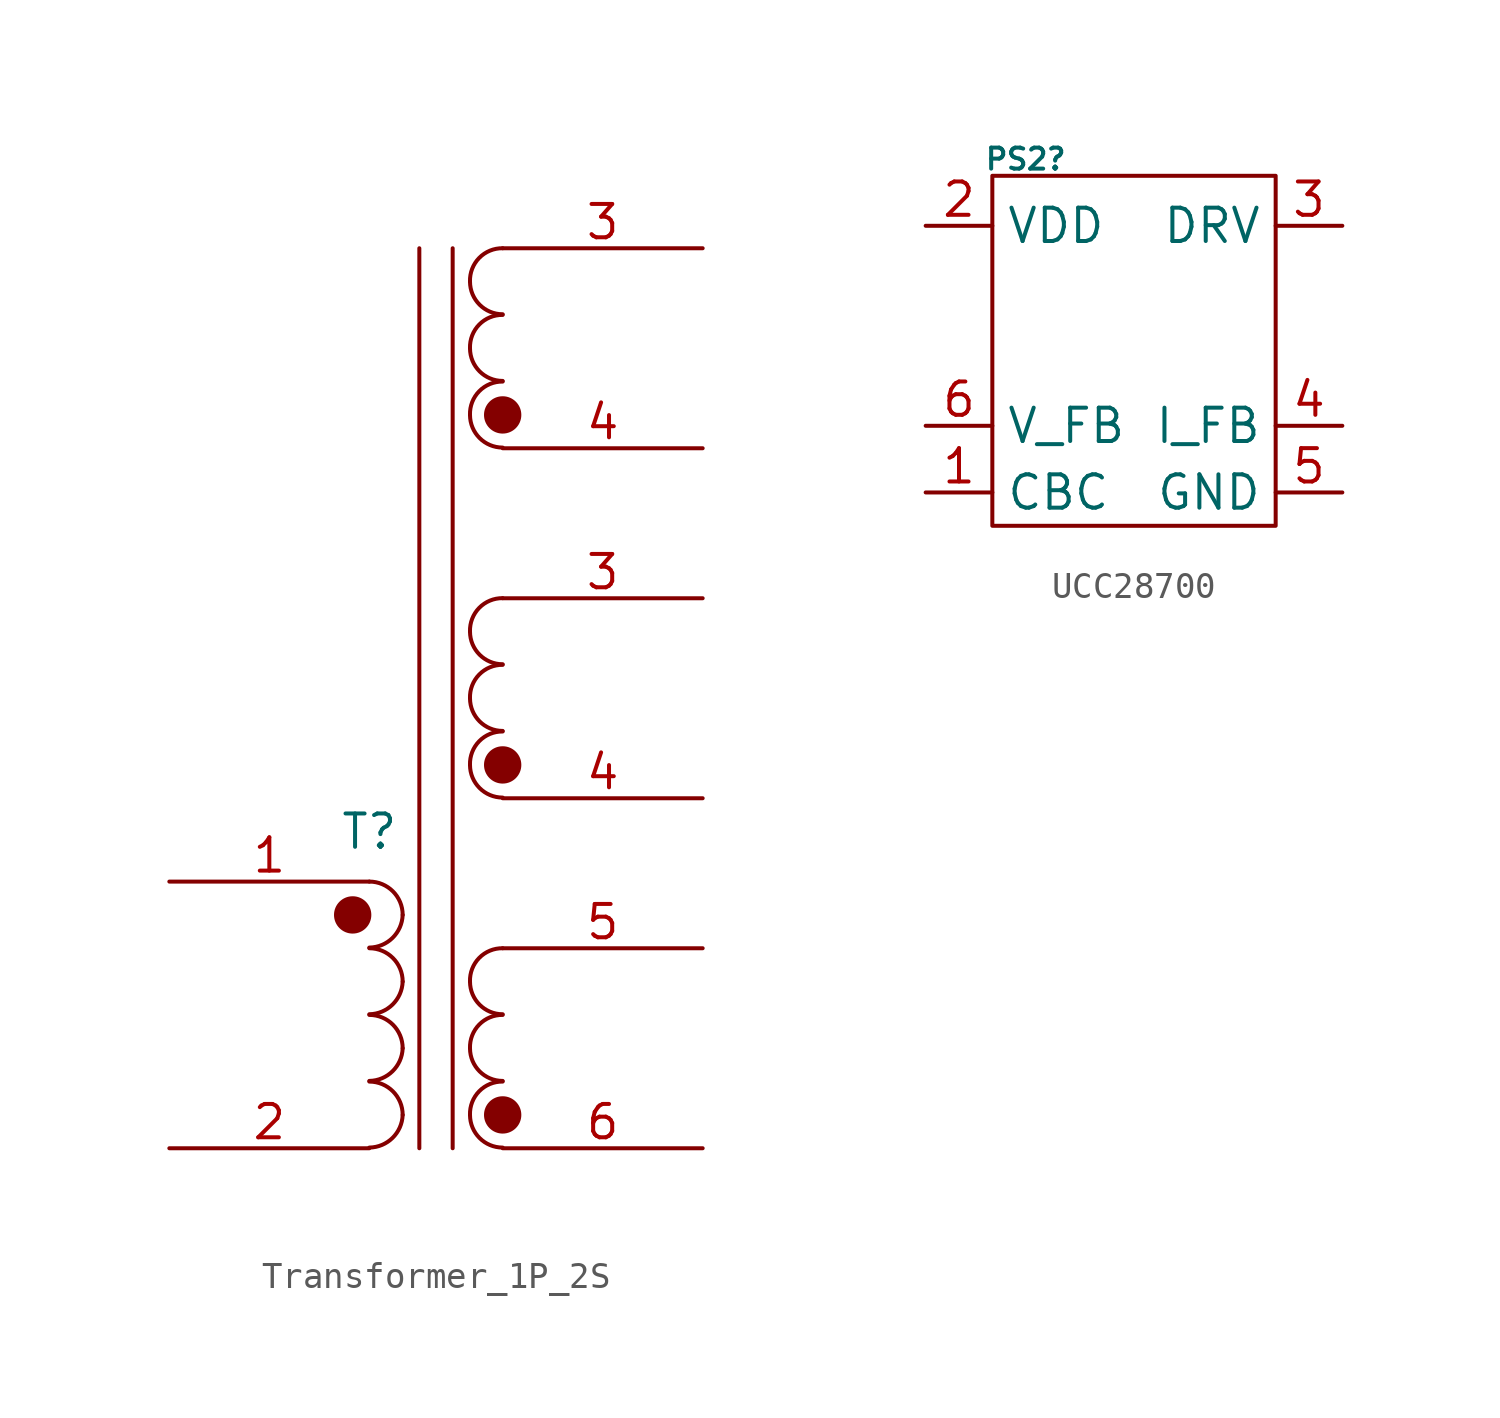
<source format=kicad_sym>
(kicad_symbol_lib
  (version 20231120)
  (generator "kicad_symbol_editor")
  (generator_version "8.0")
  (symbol "Transformer_1P_2S"
    (pin_names
      (offset 1.016) hide)
    (property "Reference" "T"
      (at -1.905 12.065 0)
      (effects (font (size 1.27 1.27))))
    (symbol "Transformer_1P_2S_0_1"
      (arc (start -1.905 0.0254) (mid -1.0211 0.3937) (end -0.635 1.27) (stroke (width 0) (type default)) (fill (type none)))
      (arc (start -1.905 2.5654) (mid -1.0211 2.9337) (end -0.635 3.81) (stroke (width 0) (type default)) (fill (type none)))
      (arc (start -1.905 5.1054) (mid -1.0211 5.4737) (end -0.635 6.35) (stroke (width 0) (type default)) (fill (type none)))
      (arc (start -1.905 7.6454) (mid -1.0211 8.0137) (end -0.635 8.89) (stroke (width 0) (type default)) (fill (type none)))
      (arc (start -0.635 1.27) (mid -1.007 2.168) (end -1.905 2.54) (stroke (width 0) (type default)) (fill (type none)))
      (arc (start -0.635 3.81) (mid -1.007 4.708) (end -1.905 5.08) (stroke (width 0) (type default)) (fill (type none)))
      (arc (start -0.635 6.35) (mid -1.007 7.248) (end -1.905 7.62) (stroke (width 0) (type default)) (fill (type none)))
      (arc (start -0.635 8.89) (mid -1.007 9.788) (end -1.905 10.16) (stroke (width 0) (type default)) (fill (type none)))
      (polyline (pts (xy 0 0) (xy 0 34.29)) (stroke (width 0) (type default)) (fill (type none)))
      (polyline (pts (xy 1.27 34.29) (xy 1.27 0)) (stroke (width 0) (type default)) (fill (type none)))
      (arc (start 1.9304 1.27) (mid 2.2949 0.3899) (end 3.175 0.0254) (stroke (width 0) (type default)) (fill (type none)))
      (arc (start 1.9304 3.81) (mid 2.2949 2.9299) (end 3.175 2.5654) (stroke (width 0) (type default)) (fill (type none)))
      (arc (start 1.9304 6.35) (mid 2.2949 5.4699) (end 3.175 5.1054) (stroke (width 0) (type default)) (fill (type none)))
      (arc (start 1.9304 14.605) (mid 2.2949 13.7249) (end 3.175 13.3604) (stroke (width 0) (type default)) (fill (type none)))
      (arc (start 1.9304 17.145) (mid 2.2949 16.2649) (end 3.175 15.9004) (stroke (width 0) (type default)) (fill (type none)))
      (arc (start 1.9304 19.685) (mid 2.2949 18.8049) (end 3.175 18.4404) (stroke (width 0) (type default)) (fill (type none)))
      (arc (start 1.9304 27.94) (mid 2.2949 27.0599) (end 3.175 26.6954) (stroke (width 0) (type default)) (fill (type none)))
      (arc (start 1.9304 30.48) (mid 2.2949 29.5999) (end 3.175 29.2354) (stroke (width 0) (type default)) (fill (type none)))
      (arc (start 1.9304 33.02) (mid 2.2949 32.1399) (end 3.175 31.7754) (stroke (width 0) (type default)) (fill (type none)))
      (arc (start 3.175 2.54) (mid 2.2808 2.1715) (end 1.9304 1.27) (stroke (width 0) (type default)) (fill (type none)))
      (arc (start 3.175 5.08) (mid 2.2808 4.7115) (end 1.9304 3.81) (stroke (width 0) (type default)) (fill (type none)))
      (arc (start 3.175 7.62) (mid 2.2808 7.2515) (end 1.9304 6.35) (stroke (width 0) (type default)) (fill (type none)))
      (arc (start 3.175 15.875) (mid 2.2808 15.5065) (end 1.9304 14.605) (stroke (width 0) (type default)) (fill (type none)))
      (arc (start 3.175 18.415) (mid 2.2808 18.0465) (end 1.9304 17.145) (stroke (width 0) (type default)) (fill (type none)))
      (arc (start 3.175 20.955) (mid 2.2808 20.5865) (end 1.9304 19.685) (stroke (width 0) (type default)) (fill (type none)))
      (arc (start 3.175 29.21) (mid 2.2808 28.8415) (end 1.9304 27.94) (stroke (width 0) (type default)) (fill (type none)))
      (arc (start 3.175 31.75) (mid 2.2808 31.3815) (end 1.9304 30.48) (stroke (width 0) (type default)) (fill (type none)))
      (arc (start 3.175 34.29) (mid 2.2808 33.9215) (end 1.9304 33.02) (stroke (width 0) (type default)) (fill (type none))))
    (symbol "Transformer_1P_2S_1_1"
      (circle (center -2.54 8.89) (radius 0.635) (stroke (width 0) (type default)) (fill (type outline)))
      (circle (center 3.175 1.27) (radius 0.635) (stroke (width 0) (type default)) (fill (type outline)))
      (circle (center 3.175 14.605) (radius 0.635) (stroke (width 0) (type default)) (fill (type outline)))
      (circle (center 3.175 27.94) (radius 0.635) (stroke (width 0) (type default)) (fill (type outline)))
      (pin passive line (at -9.525 10.16 0) (length 7.62) (name "AA" (effects (font (size 1.27 1.27)))) (number "1" (effects (font (size 1.27 1.27)))))
      (pin passive line (at -9.525 0 0) (length 7.62) (name "AB" (effects (font (size 1.27 1.27)))) (number "2" (effects (font (size 1.27 1.27)))))
      (pin passive line (at 10.795 20.955 180) (length 7.62) (name "SA" (effects (font (size 1.27 1.27)))) (number "3" (effects (font (size 1.27 1.27)))))
      (pin passive line (at 10.795 34.29 180) (length 7.62) (name "SA" (effects (font (size 1.27 1.27)))) (number "3" (effects (font (size 1.27 1.27)))))
      (pin passive line (at 10.795 13.335 180) (length 7.62) (name "SB" (effects (font (size 1.27 1.27)))) (number "4" (effects (font (size 1.27 1.27)))))
      (pin passive line (at 10.795 26.67 180) (length 7.62) (name "SB" (effects (font (size 1.27 1.27)))) (number "4" (effects (font (size 1.27 1.27)))))
      (pin passive line (at 10.795 7.62 180) (length 7.62) (name "SC" (effects (font (size 1.27 1.27)))) (number "5" (effects (font (size 1.27 1.27)))))
      (pin passive line (at 10.795 0 180) (length 7.62) (name "SD" (effects (font (size 1.27 1.27)))) (number "6" (effects (font (size 1.27 1.27)))))))
  (symbol "UCC28700"
    (property "Reference" "PS2"
      (at 1.27 0.635 0)
      (effects (font (size 0.8 0.8))))
    (symbol "UCC28700_0_1"
      (rectangle (start 0 0) (end 10.795 -13.335) (stroke (width 0) (type default)) (fill (type none))))
    (symbol "UCC28700_1_1"
      (pin input line (at -2.54 -12.065 0) (length 2.54) (name "CBC" (effects (font (size 1.27 1.27)))) (number "1" (effects (font (size 1.27 1.27)))))
      (pin power_in line (at -2.54 -1.905 0) (length 2.54) (name "VDD" (effects (font (size 1.27 1.27)))) (number "2" (effects (font (size 1.27 1.27)))))
      (pin output line (at 13.335 -1.905 180) (length 2.54) (name "DRV" (effects (font (size 1.27 1.27)))) (number "3" (effects (font (size 1.27 1.27)))))
      (pin input line (at 13.335 -9.525 180) (length 2.54) (name "I_FB" (effects (font (size 1.27 1.27)))) (number "4" (effects (font (size 1.27 1.27)))))
      (pin power_in line (at 13.335 -12.065 180) (length 2.54) (name "GND" (effects (font (size 1.27 1.27)))) (number "5" (effects (font (size 1.27 1.27)))))
      (pin input line (at -2.54 -9.525 0) (length 2.54) (name "V_FB" (effects (font (size 1.27 1.27)))) (number "6" (effects (font (size 1.27 1.27))))))))
</source>
